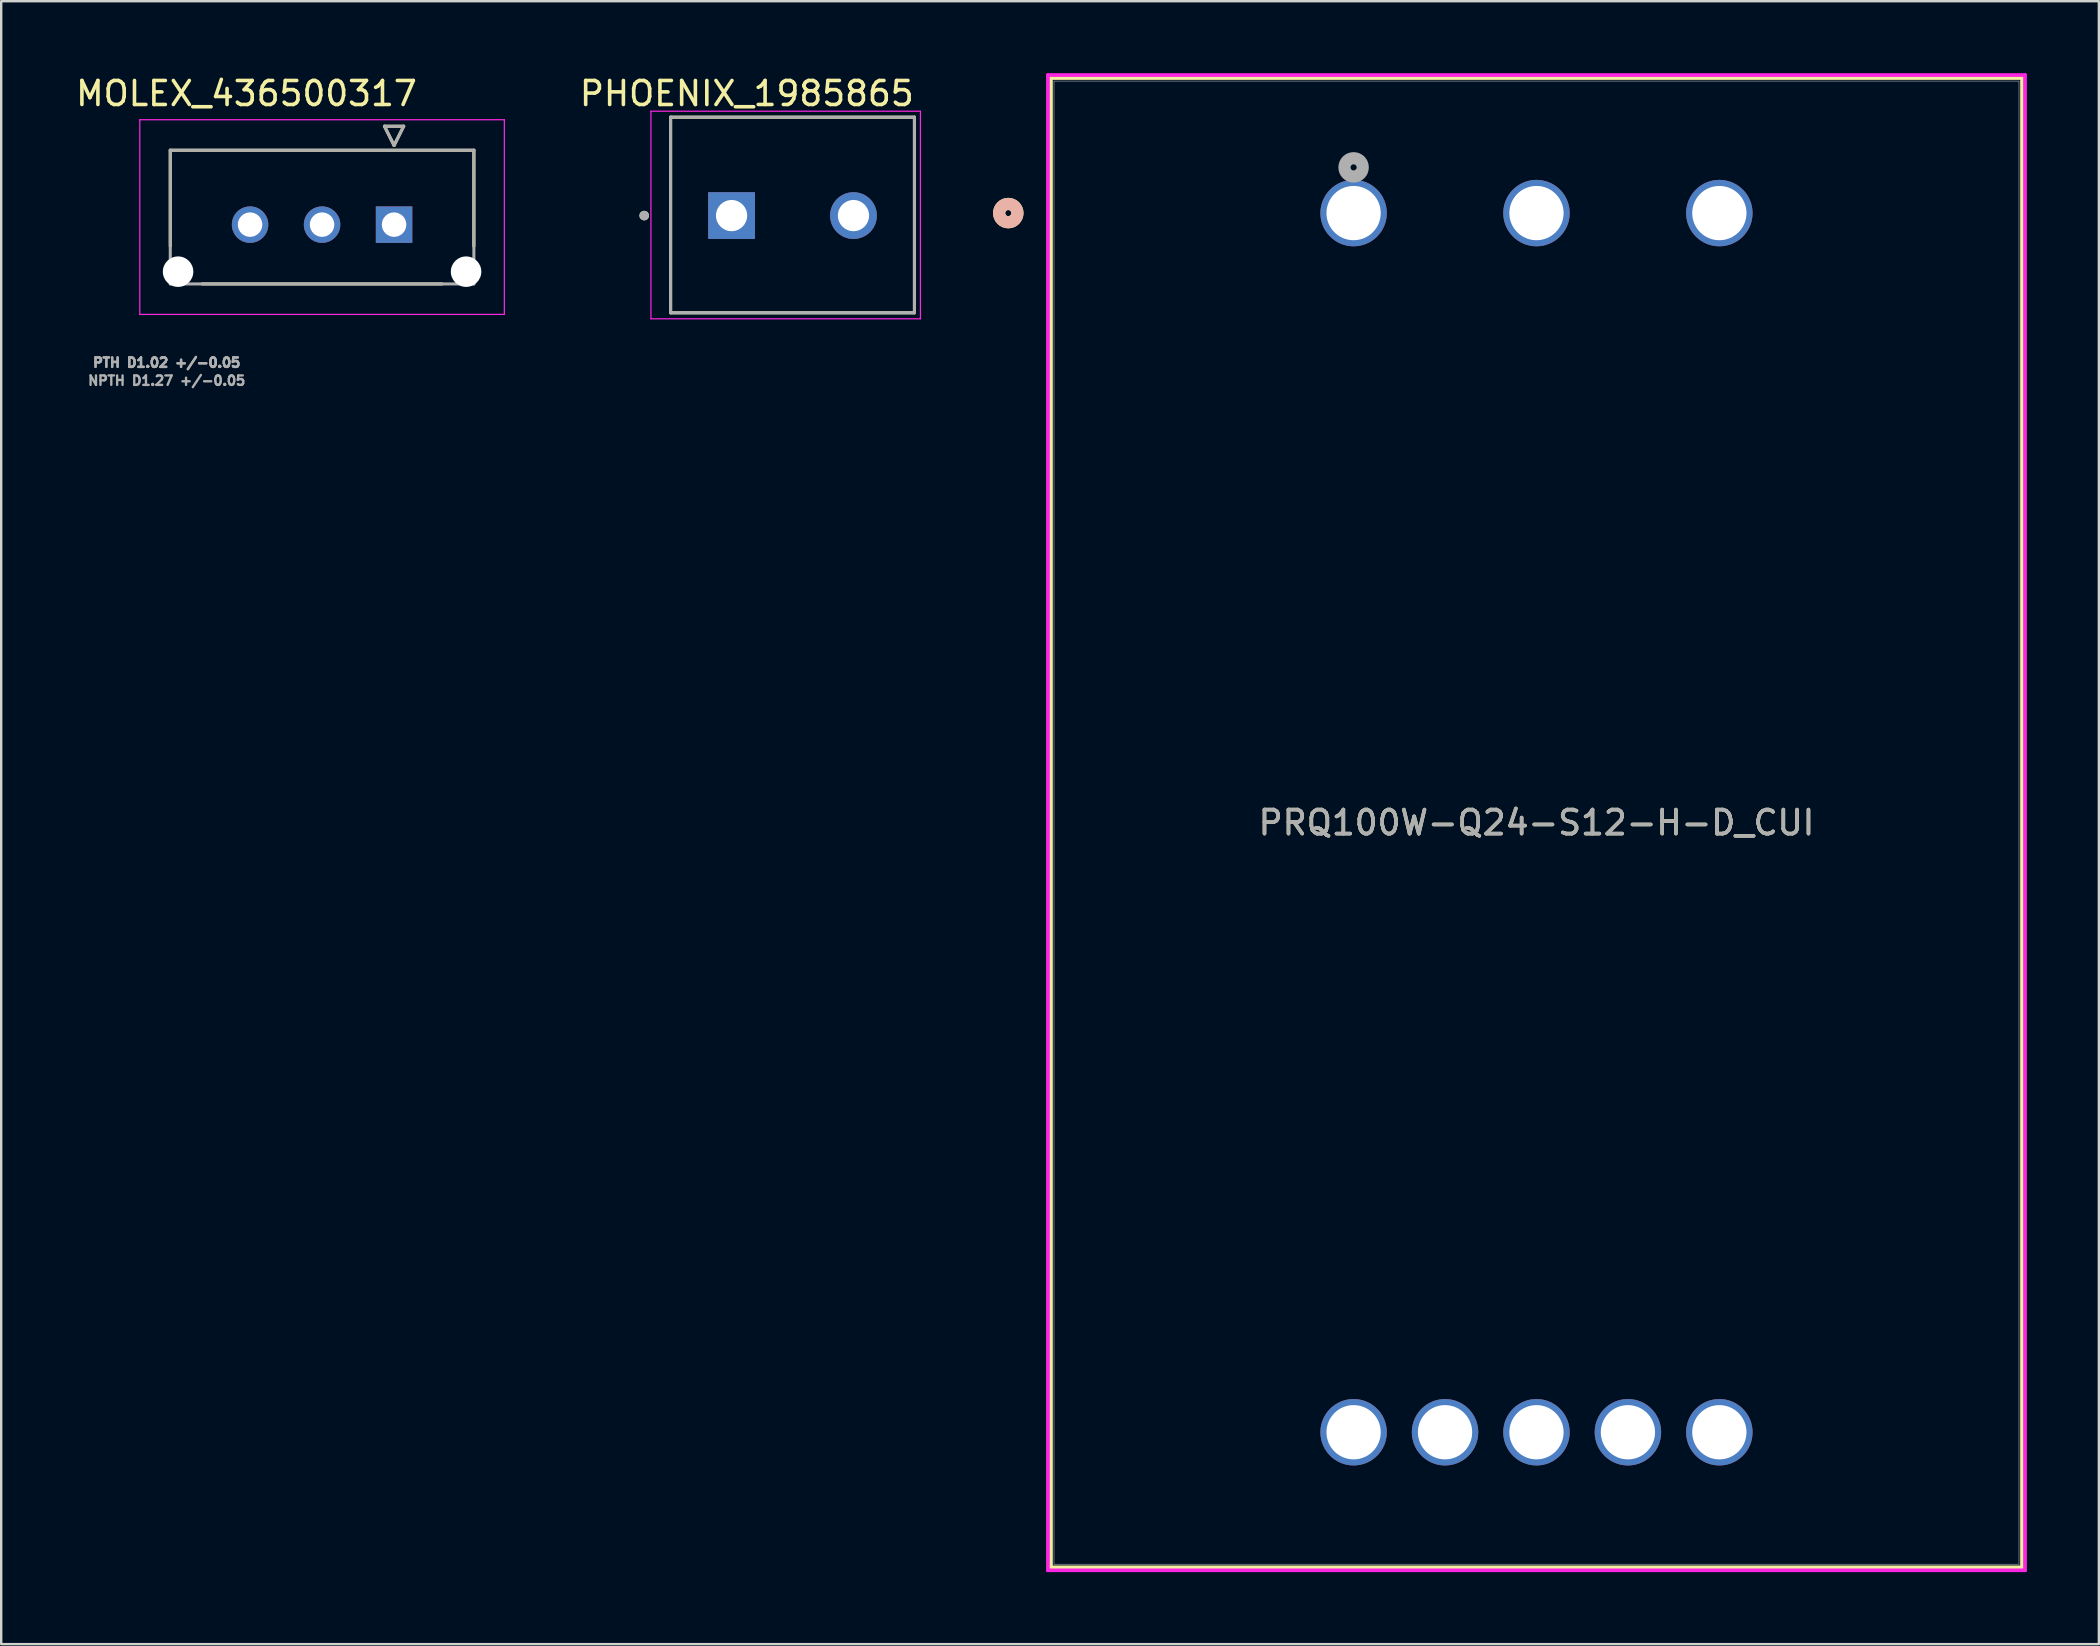
<source format=kicad_pcb>
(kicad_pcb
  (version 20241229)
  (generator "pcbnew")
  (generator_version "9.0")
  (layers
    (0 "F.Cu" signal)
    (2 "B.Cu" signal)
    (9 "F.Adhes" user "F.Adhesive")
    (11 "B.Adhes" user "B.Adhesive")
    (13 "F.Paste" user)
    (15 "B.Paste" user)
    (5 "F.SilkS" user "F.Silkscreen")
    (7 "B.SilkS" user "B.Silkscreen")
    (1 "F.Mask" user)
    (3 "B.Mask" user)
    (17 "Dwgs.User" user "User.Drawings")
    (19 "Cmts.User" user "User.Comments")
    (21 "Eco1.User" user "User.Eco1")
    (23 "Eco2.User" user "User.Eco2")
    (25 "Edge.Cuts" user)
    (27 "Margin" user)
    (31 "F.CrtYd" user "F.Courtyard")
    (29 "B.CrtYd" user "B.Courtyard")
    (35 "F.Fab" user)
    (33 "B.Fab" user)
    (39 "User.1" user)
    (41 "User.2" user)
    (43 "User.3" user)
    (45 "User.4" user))
  (footprint "MOLEX_436500317"
    (layer "F.Cu")
    (at 13.37 6.31)
    (property "Reference" "MOLEX_436500317" (at -6.15 -5.462 0) (layer "F.SilkS") (effects (font (size 1 1) (thickness 0.15))))
    (attr through_hole)
    (fp_circle (center -9 1.96) (end -8.644 1.96) (stroke (width 0.711) (type solid)) (fill no) (layer "F.Mask"))
    (fp_circle (center -6 0) (end -5.582 0) (stroke (width 0.836) (type solid)) (fill no) (layer "F.Mask"))
    (fp_circle (center -3 0) (end -2.582 0) (stroke (width 0.836) (type solid)) (fill no) (layer "F.Mask"))
    (fp_circle (center 3 1.96) (end 3.356 1.96) (stroke (width 0.711) (type solid)) (fill no) (layer "F.Mask"))
    (fp_poly (pts (xy -0.836 -0.836) (xy 0.836 -0.836) (xy 0.836 0.836) (xy -0.836 0.836)) (stroke (width 0.01) (type solid)) (fill yes) (layer "F.Mask"))
    (fp_circle (center -9 1.96) (end -8.644 1.96) (stroke (width 0.711) (type solid)) (fill no) (layer "B.Mask"))
    (fp_circle (center -6 0) (end -5.582 0) (stroke (width 0.836) (type solid)) (fill no) (layer "B.Mask"))
    (fp_circle (center -3 0) (end -2.582 0) (stroke (width 0.836) (type solid)) (fill no) (layer "B.Mask"))
    (fp_circle (center 3 1.96) (end 3.356 1.96) (stroke (width 0.711) (type solid)) (fill no) (layer "B.Mask"))
    (fp_poly (pts (xy -0.836 -0.836) (xy 0.836 -0.836) (xy 0.836 0.836) (xy -0.836 0.836)) (stroke (width 0.01) (type solid)) (fill yes) (layer "B.Mask"))
    (fp_line (start -9.325 -3.1) (end -9.325 0.9) (stroke (width 0.127) (type solid)) (layer "F.SilkS"))
    (fp_line (start -9.325 -3.1) (end 3.325 -3.1) (stroke (width 0.127) (type solid)) (layer "F.SilkS"))
    (fp_line (start -0.4 -4.1) (end 0.4 -4.1) (stroke (width 0.127) (type solid)) (layer "F.SilkS"))
    (fp_line (start 0 -3.3) (end -0.4 -4.1) (stroke (width 0.127) (type solid)) (layer "F.SilkS"))
    (fp_line (start 0.4 -4.1) (end 0 -3.3) (stroke (width 0.127) (type solid)) (layer "F.SilkS"))
    (fp_line (start 2 2.47) (end -8 2.47) (stroke (width 0.127) (type solid)) (layer "F.SilkS"))
    (fp_line (start 3.325 -3.1) (end 3.325 0.9) (stroke (width 0.127) (type solid)) (layer "F.SilkS"))
    (fp_line (start -10.595 -4.37) (end 4.595 -4.37) (stroke (width 0.05) (type solid)) (layer "F.CrtYd"))
    (fp_line (start -10.595 3.74) (end -10.595 -4.37) (stroke (width 0.05) (type solid)) (layer "F.CrtYd"))
    (fp_line (start 4.595 3.74) (end -10.595 3.74) (stroke (width 0.05) (type solid)) (layer "F.CrtYd"))
    (fp_line (start 4.595 3.74) (end 4.595 -4.37) (stroke (width 0.05) (type solid)) (layer "F.CrtYd"))
    (fp_line (start -9.325 -3.1) (end 3.325 -3.1) (stroke (width 0.127) (type solid)) (layer "F.Fab"))
    (fp_line (start -9.325 2.47) (end -9.325 -3.1) (stroke (width 0.127) (type solid)) (layer "F.Fab"))
    (fp_line (start -0.4 -4.1) (end 0.4 -4.1) (stroke (width 0.127) (type solid)) (layer "F.Fab"))
    (fp_line (start 0 -3.3) (end -0.4 -4.1) (stroke (width 0.127) (type solid)) (layer "F.Fab"))
    (fp_line (start 0.4 -4.1) (end 0 -3.3) (stroke (width 0.127) (type solid)) (layer "F.Fab"))
    (fp_line (start 3.325 2.47) (end -9.325 2.47) (stroke (width 0.127) (type solid)) (layer "F.Fab"))
    (fp_line (start 3.325 2.47) (end 3.325 -3.1) (stroke (width 0.127) (type solid)) (layer "F.Fab"))
    (fp_text user "PTH D1.02 +/-0.05 " (at -9.325 5.75 0) (layer "F.Fab") (effects (font (size 0.394 0.394) (thickness 0.15))))
    (fp_text user "PTH D1.02 +/-0.05 " (at -9.325 5.75 0) (layer "F.Fab") (effects (font (size 0.394 0.394) (thickness 0.15))))
    (fp_text user "NPTH D1.27 +/-0.05 " (at -9.325 6.5 0) (layer "F.Fab") (effects (font (size 0.394 0.394) (thickness 0.15))))
    (pad "" np_thru_hole circle (at -9 1.96) (size 1.27 1.27) (drill 1.27) (layers "*.Cu" "*.Mask"))
    (pad "" np_thru_hole circle (at 3 1.96) (size 1.27 1.27) (drill 1.27) (layers "*.Cu" "*.Mask"))
    (pad "1" thru_hole rect (at 0 0) (size 1.52 1.52) (drill 1.02) (layers "*.Cu"))
    (pad "2" thru_hole circle (at -3 0) (size 1.52 1.52) (drill 1.02) (layers "*.Cu"))
    (pad "3" thru_hole circle (at -6 0) (size 1.52 1.52) (drill 1.02) (layers "*.Cu")))
  (footprint "PRQ100W-Q24-S12-H-D_CUI"
    (layer "F.Cu")
    (at 53.352 5.829)
    (property "Reference" "PRQ100W-Q24-S12-H-D_CUI" (at 7.62 25.4 0) (unlocked yes) (layer "F.SilkS") (effects (font (size 1 1) (thickness 0.15))))
    (attr through_hole)
    (fp_line (start -12.611 -5.626) (end -12.611 56.426) (stroke (width 0.152) (type solid)) (layer "F.SilkS"))
    (fp_line (start -12.611 56.426) (end 27.851 56.426) (stroke (width 0.152) (type solid)) (layer "F.SilkS"))
    (fp_line (start 27.851 -5.626) (end -12.611 -5.626) (stroke (width 0.152) (type solid)) (layer "F.SilkS"))
    (fp_line (start 27.851 56.426) (end 27.851 -5.626) (stroke (width 0.152) (type solid)) (layer "F.SilkS"))
    (fp_circle (center -14.389 0) (end -14.008 0) (stroke (width 0.508) (type solid)) (fill no) (layer "F.SilkS"))
    (fp_circle (center -14.389 0) (end -14.008 0) (stroke (width 0.508) (type solid)) (fill no) (layer "B.SilkS"))
    (fp_line (start -12.738 -5.753) (end -12.738 56.553) (stroke (width 0.152) (type solid)) (layer "F.CrtYd"))
    (fp_line (start -12.738 56.553) (end 27.978 56.553) (stroke (width 0.152) (type solid)) (layer "F.CrtYd"))
    (fp_line (start 27.978 -5.753) (end -12.738 -5.753) (stroke (width 0.152) (type solid)) (layer "F.CrtYd"))
    (fp_line (start 27.978 56.553) (end 27.978 -5.753) (stroke (width 0.152) (type solid)) (layer "F.CrtYd"))
    (fp_line (start -12.484 -5.499) (end -12.484 56.299) (stroke (width 0.025) (type solid)) (layer "F.Fab"))
    (fp_line (start -12.484 56.299) (end 27.724 56.299) (stroke (width 0.025) (type solid)) (layer "F.Fab"))
    (fp_line (start 27.724 -5.499) (end -12.484 -5.499) (stroke (width 0.025) (type solid)) (layer "F.Fab"))
    (fp_line (start 27.724 56.299) (end 27.724 -5.499) (stroke (width 0.025) (type solid)) (layer "F.Fab"))
    (fp_circle (center 0 -1.905) (end 0.381 -1.905) (stroke (width 0.508) (type solid)) (fill no) (layer "F.Fab"))
    (fp_text user "${REFERENCE}" (at 7.62 25.4 0) (unlocked yes) (layer "F.Fab") (effects (font (size 1 1) (thickness 0.15))))
    (pad "1" thru_hole circle (at 0 0) (size 2.769 2.769) (drill 2.261) (layers "*.Cu" "*.Mask"))
    (pad "2" thru_hole circle (at 7.62 0) (size 2.769 2.769) (drill 2.261) (layers "*.Cu" "*.Mask"))
    (pad "3" thru_hole circle (at 15.24 0) (size 2.769 2.769) (drill 2.261) (layers "*.Cu" "*.Mask"))
    (pad "4" thru_hole circle (at 15.24 50.8) (size 2.769 2.769) (drill 2.261) (layers "*.Cu" "*.Mask"))
    (pad "5" thru_hole circle (at 11.43 50.8) (size 2.769 2.769) (drill 2.261) (layers "*.Cu" "*.Mask"))
    (pad "6" thru_hole circle (at 7.62 50.8) (size 2.769 2.769) (drill 2.261) (layers "*.Cu" "*.Mask"))
    (pad "7" thru_hole circle (at 3.81 50.8) (size 2.769 2.769) (drill 2.261) (layers "*.Cu" "*.Mask"))
    (pad "8" thru_hole circle (at 0 50.8) (size 2.769 2.769) (drill 2.261) (layers "*.Cu" "*.Mask")))
  (footprint "PHOENIX_1985865"
    (layer "F.Cu")
    (at 24.893 9.983)
    (property "Reference" "PHOENIX_1985865" (at 3.175 -9.135 0) (layer "F.SilkS") (effects (font (size 1 1) (thickness 0.15))))
    (attr through_hole)
    (fp_line (start 0 -8.15) (end 0 0) (stroke (width 0.127) (type solid)) (layer "F.SilkS"))
    (fp_line (start 0 0) (end 10.16 0) (stroke (width 0.127) (type solid)) (layer "F.SilkS"))
    (fp_line (start 10.16 -8.15) (end 0 -8.15) (stroke (width 0.127) (type solid)) (layer "F.SilkS"))
    (fp_line (start 10.16 0) (end 10.16 -8.15) (stroke (width 0.127) (type solid)) (layer "F.SilkS"))
    (fp_circle (center -1.1 -4.05) (end -1 -4.05) (stroke (width 0.2) (type solid)) (fill no) (layer "F.SilkS"))
    (fp_line (start -0.82 -8.4) (end -0.82 0.25) (stroke (width 0.05) (type solid)) (layer "F.CrtYd"))
    (fp_line (start -0.82 0.25) (end 10.41 0.25) (stroke (width 0.05) (type solid)) (layer "F.CrtYd"))
    (fp_line (start 10.41 -8.4) (end -0.82 -8.4) (stroke (width 0.05) (type solid)) (layer "F.CrtYd"))
    (fp_line (start 10.41 0.25) (end 10.41 -8.4) (stroke (width 0.05) (type solid)) (layer "F.CrtYd"))
    (fp_line (start 0 -8.15) (end 0 0) (stroke (width 0.127) (type solid)) (layer "F.Fab"))
    (fp_line (start 0 0) (end 10.16 0) (stroke (width 0.127) (type solid)) (layer "F.Fab"))
    (fp_line (start 10.16 -8.15) (end 0 -8.15) (stroke (width 0.127) (type solid)) (layer "F.Fab"))
    (fp_line (start 10.16 0) (end 10.16 -8.15) (stroke (width 0.127) (type solid)) (layer "F.Fab"))
    (fp_circle (center -1.1 -4.05) (end -1 -4.05) (stroke (width 0.2) (type solid)) (fill no) (layer "F.Fab"))
    (pad "1" thru_hole rect (at 2.54 -4.05) (size 1.95 1.95) (drill 1.3) (layers "*.Cu" "*.Mask"))
    (pad "2" thru_hole circle (at 7.62 -4.05) (size 1.95 1.95) (drill 1.3) (layers "*.Cu" "*.Mask")))
  (gr_rect
    (start -3 -3)
    (end 84.406 65.459)
    (stroke (width 0.1) (type default))
    (fill no)
    (layer "Edge.Cuts")))
</source>
